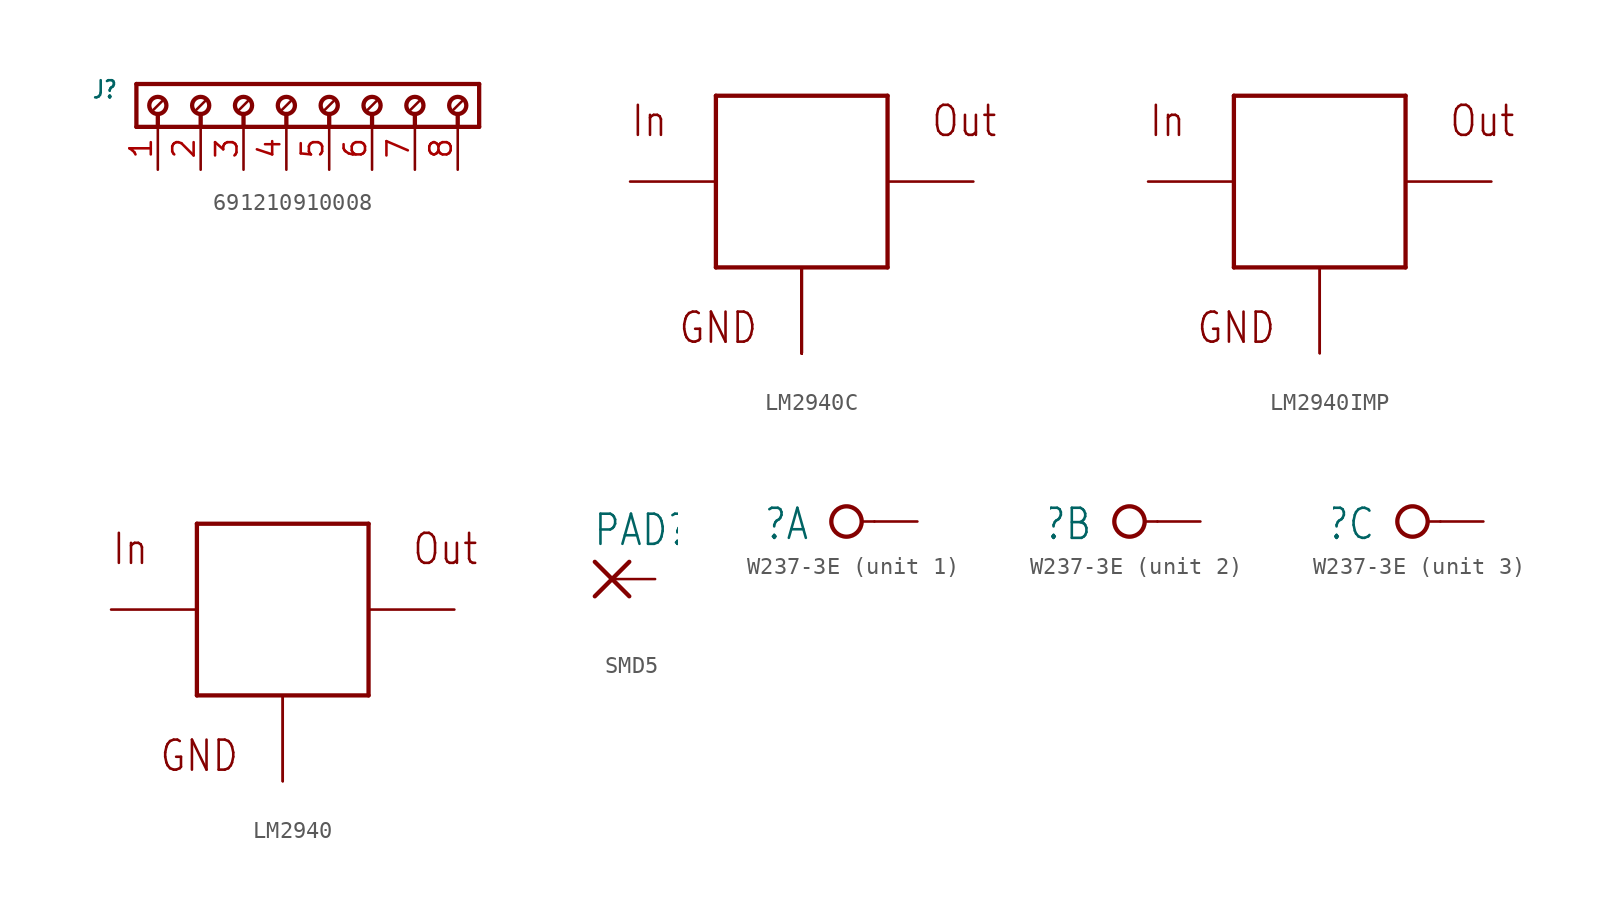
<source format=kicad_sym>
(kicad_symbol_lib
  (version 20231120)
  (generator "kicad_symbol_editor")
  (generator_version "8.0")
  (symbol "691210910008"
    (property "Reference" "J"
      (at -12.5 -0.922 0)
      (effects (font (size 1.016 0.864)) (justify right bottom)))
    (property "Value" ""
      (at -12.45 -2.58 0)
      (effects (font (size 1.016 0.864)) (justify right bottom)))
    (property "ki_locked" ""
      (at 0 0 0)
      (effects (font (size 1.27 1.27))))
    (symbol "691210910008_1_0"
      (circle (center -10.16 -1.27) (radius 0.508) (stroke (width 0.254) (type solid)) (fill (type none)))
      (circle (center -7.62 -1.27) (radius 0.508) (stroke (width 0.254) (type solid)) (fill (type none)))
      (circle (center -5.08 -1.27) (radius 0.508) (stroke (width 0.254) (type solid)) (fill (type none)))
      (circle (center -2.54 -1.27) (radius 0.508) (stroke (width 0.254) (type solid)) (fill (type none)))
      (circle (center 0 -1.27) (radius 0.508) (stroke (width 0.254) (type solid)) (fill (type none)))
      (polyline (pts (xy -11.43 -2.54) (xy -11.43 0)) (stroke (width 0.254) (type solid)) (fill (type none)))
      (polyline (pts (xy -11.43 0) (xy 8.89 0)) (stroke (width 0.254) (type solid)) (fill (type none)))
      (polyline (pts (xy -10.16 -1.778) (xy -10.16 -2.54)) (stroke (width 0.254) (type solid)) (fill (type none)))
      (polyline (pts (xy -9.906 -1.016) (xy -10.414 -1.524)) (stroke (width 0.152) (type solid)) (fill (type none)))
      (polyline (pts (xy -7.62 -1.778) (xy -7.62 -2.54)) (stroke (width 0.254) (type solid)) (fill (type none)))
      (polyline (pts (xy -7.366 -1.016) (xy -7.874 -1.524)) (stroke (width 0.152) (type solid)) (fill (type none)))
      (polyline (pts (xy -5.08 -1.778) (xy -5.08 -2.54)) (stroke (width 0.254) (type solid)) (fill (type none)))
      (polyline (pts (xy -4.826 -1.016) (xy -5.334 -1.524)) (stroke (width 0.152) (type solid)) (fill (type none)))
      (polyline (pts (xy -2.54 -1.778) (xy -2.54 -2.54)) (stroke (width 0.254) (type solid)) (fill (type none)))
      (polyline (pts (xy -2.286 -1.016) (xy -2.794 -1.524)) (stroke (width 0.152) (type solid)) (fill (type none)))
      (polyline (pts (xy 0 -1.778) (xy 0 -2.54)) (stroke (width 0.254) (type solid)) (fill (type none)))
      (polyline (pts (xy 0.254 -1.016) (xy -0.254 -1.524)) (stroke (width 0.152) (type solid)) (fill (type none)))
      (polyline (pts (xy 2.54 -1.778) (xy 2.54 -2.54)) (stroke (width 0.254) (type solid)) (fill (type none)))
      (polyline (pts (xy 2.794 -1.016) (xy 2.286 -1.524)) (stroke (width 0.152) (type solid)) (fill (type none)))
      (polyline (pts (xy 5.08 -1.778) (xy 5.08 -2.54)) (stroke (width 0.254) (type solid)) (fill (type none)))
      (polyline (pts (xy 5.334 -1.016) (xy 4.826 -1.524)) (stroke (width 0.152) (type solid)) (fill (type none)))
      (polyline (pts (xy 7.62 -1.778) (xy 7.62 -2.54)) (stroke (width 0.254) (type solid)) (fill (type none)))
      (polyline (pts (xy 7.874 -1.016) (xy 7.366 -1.524)) (stroke (width 0.152) (type solid)) (fill (type none)))
      (polyline (pts (xy 8.89 -2.54) (xy -11.43 -2.54)) (stroke (width 0.254) (type solid)) (fill (type none)))
      (polyline (pts (xy 8.89 0) (xy 8.89 -2.54)) (stroke (width 0.254) (type solid)) (fill (type none)))
      (circle (center 2.54 -1.27) (radius 0.508) (stroke (width 0.254) (type solid)) (fill (type none)))
      (circle (center 5.08 -1.27) (radius 0.508) (stroke (width 0.254) (type solid)) (fill (type none)))
      (circle (center 7.62 -1.27) (radius 0.508) (stroke (width 0.254) (type solid)) (fill (type none)))
      (pin passive line (at -10.16 -5.08 90) (length 2.54) (name "1" (effects (font (size 0 0)))) (number "1" (effects (font (size 1.27 1.27)))))
      (pin passive line (at -7.62 -5.08 90) (length 2.54) (name "2" (effects (font (size 0 0)))) (number "2" (effects (font (size 1.27 1.27)))))
      (pin passive line (at -5.08 -5.08 90) (length 2.54) (name "3" (effects (font (size 0 0)))) (number "3" (effects (font (size 1.27 1.27)))))
      (pin passive line (at -2.54 -5.08 90) (length 2.54) (name "4" (effects (font (size 0 0)))) (number "4" (effects (font (size 1.27 1.27)))))
      (pin passive line (at 0 -5.08 90) (length 2.54) (name "5" (effects (font (size 0 0)))) (number "5" (effects (font (size 1.27 1.27)))))
      (pin passive line (at 2.54 -5.08 90) (length 2.54) (name "6" (effects (font (size 0 0)))) (number "6" (effects (font (size 1.27 1.27)))))
      (pin passive line (at 5.08 -5.08 90) (length 2.54) (name "7" (effects (font (size 0 0)))) (number "7" (effects (font (size 1.27 1.27)))))
      (pin passive line (at 7.62 -5.08 90) (length 2.54) (name "8" (effects (font (size 0 0)))) (number "8" (effects (font (size 1.27 1.27)))))))
  (symbol "LM2940C"
    (property "Reference" ""
      (at 0 0 0)
      (effects (font (size 1.27 1.27)) (hide yes)))
    (property "ki_locked" ""
      (at 0 0 0)
      (effects (font (size 1.27 1.27))))
    (symbol "LM2940C_1_0"
      (polyline (pts (xy -5.08 -2.54) (xy 5.08 -2.54)) (stroke (width 0.254) (type solid)) (fill (type none)))
      (polyline (pts (xy -5.08 7.62) (xy -5.08 -2.54)) (stroke (width 0.254) (type solid)) (fill (type none)))
      (polyline (pts (xy 5.08 -2.54) (xy 5.08 7.62)) (stroke (width 0.254) (type solid)) (fill (type none)))
      (polyline (pts (xy 5.08 7.62) (xy -5.08 7.62)) (stroke (width 0.254) (type solid)) (fill (type none)))
      (text "GND" (at -2.54 -5.08 0) (effects (font (size 1.778 1.511)) (justify right top)))
      (text "In" (at -10.16 5.08 0) (effects (font (size 1.778 1.511)) (justify left bottom)))
      (text "Out" (at 7.62 5.08 0) (effects (font (size 1.778 1.511)) (justify left bottom)))
      (pin bidirectional line (at -10.16 2.54 0) (length 5.08) (name "IN" (effects (font (size 0 0)))) (number "1" (effects (font (size 0 0)))))
      (pin bidirectional line (at 0 -7.62 90) (length 5.08) (name "GND" (effects (font (size 0 0)))) (number "2" (effects (font (size 0 0)))))
      (pin power_in line (at 10.16 2.54 180) (length 5.08) (name "VCC" (effects (font (size 0 0)))) (number "3" (effects (font (size 0 0)))))
      (pin bidirectional line (at 0 -7.62 90) (length 5.08) (name "GND" (effects (font (size 0 0)))) (number "P$1" (effects (font (size 0 0)))))
      (pin bidirectional line (at 0 -7.62 90) (length 5.08) (name "GND" (effects (font (size 0 0)))) (number "P$10" (effects (font (size 0 0)))))
      (pin bidirectional line (at 0 -7.62 90) (length 5.08) (name "GND" (effects (font (size 0 0)))) (number "P$11" (effects (font (size 0 0)))))
      (pin bidirectional line (at 0 -7.62 90) (length 5.08) (name "GND" (effects (font (size 0 0)))) (number "P$12" (effects (font (size 0 0)))))
      (pin bidirectional line (at 0 -7.62 90) (length 5.08) (name "GND" (effects (font (size 0 0)))) (number "P$13" (effects (font (size 0 0)))))
      (pin bidirectional line (at 0 -7.62 90) (length 5.08) (name "GND" (effects (font (size 0 0)))) (number "P$14" (effects (font (size 0 0)))))
      (pin bidirectional line (at 0 -7.62 90) (length 5.08) (name "GND" (effects (font (size 0 0)))) (number "P$15" (effects (font (size 0 0)))))
      (pin bidirectional line (at 0 -7.62 90) (length 5.08) (name "GND" (effects (font (size 0 0)))) (number "P$16" (effects (font (size 0 0)))))
      (pin bidirectional line (at 0 -7.62 90) (length 5.08) (name "GND" (effects (font (size 0 0)))) (number "P$2" (effects (font (size 0 0)))))
      (pin bidirectional line (at 0 -7.62 90) (length 5.08) (name "GND" (effects (font (size 0 0)))) (number "P$3" (effects (font (size 0 0)))))
      (pin bidirectional line (at 0 -7.62 90) (length 5.08) (name "GND" (effects (font (size 0 0)))) (number "P$4" (effects (font (size 0 0)))))
      (pin bidirectional line (at 0 -7.62 90) (length 5.08) (name "GND" (effects (font (size 0 0)))) (number "P$5" (effects (font (size 0 0)))))
      (pin bidirectional line (at 0 -7.62 90) (length 5.08) (name "GND" (effects (font (size 0 0)))) (number "P$6" (effects (font (size 0 0)))))
      (pin bidirectional line (at 0 -7.62 90) (length 5.08) (name "GND" (effects (font (size 0 0)))) (number "P$7" (effects (font (size 0 0)))))
      (pin bidirectional line (at 0 -7.62 90) (length 5.08) (name "GND" (effects (font (size 0 0)))) (number "P$8" (effects (font (size 0 0)))))
      (pin bidirectional line (at 0 -7.62 90) (length 5.08) (name "GND" (effects (font (size 0 0)))) (number "P$9" (effects (font (size 0 0)))))
      (pin bidirectional line (at 0 -7.62 90) (length 5.08) (name "GND" (effects (font (size 0 0)))) (number "TAB" (effects (font (size 0 0)))))))
  (symbol "LM2940IMP"
    (property "Reference" ""
      (at 0 0 0)
      (effects (font (size 1.27 1.27)) (hide yes)))
    (property "ki_locked" ""
      (at 0 0 0)
      (effects (font (size 1.27 1.27))))
    (symbol "LM2940IMP_1_0"
      (polyline (pts (xy -5.08 -2.54) (xy 5.08 -2.54)) (stroke (width 0.254) (type solid)) (fill (type none)))
      (polyline (pts (xy -5.08 7.62) (xy -5.08 -2.54)) (stroke (width 0.254) (type solid)) (fill (type none)))
      (polyline (pts (xy 5.08 -2.54) (xy 5.08 7.62)) (stroke (width 0.254) (type solid)) (fill (type none)))
      (polyline (pts (xy 5.08 7.62) (xy -5.08 7.62)) (stroke (width 0.254) (type solid)) (fill (type none)))
      (text "GND" (at -2.54 -5.08 0) (effects (font (size 1.778 1.511)) (justify right top)))
      (text "In" (at -10.16 5.08 0) (effects (font (size 1.778 1.511)) (justify left bottom)))
      (text "Out" (at 7.62 5.08 0) (effects (font (size 1.778 1.511)) (justify left bottom)))
      (pin bidirectional line (at -10.16 2.54 0) (length 5.08) (name "IN" (effects (font (size 0 0)))) (number "1" (effects (font (size 0 0)))))
      (pin bidirectional line (at 0 -7.62 90) (length 5.08) (name "GND" (effects (font (size 0 0)))) (number "2" (effects (font (size 0 0)))))
      (pin power_in line (at 10.16 2.54 180) (length 5.08) (name "VCC" (effects (font (size 0 0)))) (number "3" (effects (font (size 0 0)))))
      (pin bidirectional line (at 0 -7.62 90) (length 5.08) (name "GND" (effects (font (size 0 0)))) (number "4" (effects (font (size 0 0)))))))
  (symbol "LM2940"
    (property "Reference" ""
      (at 0 0 0)
      (effects (font (size 1.27 1.27)) (hide yes)))
    (property "ki_locked" ""
      (at 0 0 0)
      (effects (font (size 1.27 1.27))))
    (symbol "LM2940_1_0"
      (polyline (pts (xy -5.08 -2.54) (xy 5.08 -2.54)) (stroke (width 0.254) (type solid)) (fill (type none)))
      (polyline (pts (xy -5.08 7.62) (xy -5.08 -2.54)) (stroke (width 0.254) (type solid)) (fill (type none)))
      (polyline (pts (xy 5.08 -2.54) (xy 5.08 7.62)) (stroke (width 0.254) (type solid)) (fill (type none)))
      (polyline (pts (xy 5.08 7.62) (xy -5.08 7.62)) (stroke (width 0.254) (type solid)) (fill (type none)))
      (text "GND" (at -2.54 -5.08 0) (effects (font (size 1.778 1.511)) (justify right top)))
      (text "In" (at -10.16 5.08 0) (effects (font (size 1.778 1.511)) (justify left bottom)))
      (text "Out" (at 7.62 5.08 0) (effects (font (size 1.778 1.511)) (justify left bottom)))
      (pin bidirectional line (at -10.16 2.54 0) (length 5.08) (name "IN" (effects (font (size 0 0)))) (number "1" (effects (font (size 0 0)))))
      (pin bidirectional line (at 0 -7.62 90) (length 5.08) (name "GND" (effects (font (size 0 0)))) (number "2" (effects (font (size 0 0)))))
      (pin power_in line (at 10.16 2.54 180) (length 5.08) (name "VCC" (effects (font (size 0 0)))) (number "3" (effects (font (size 0 0)))))
      (pin bidirectional line (at 0 -7.62 90) (length 5.08) (name "GND" (effects (font (size 0 0)))) (number "TAB" (effects (font (size 0 0)))))))
  (symbol "SMD5"
    (property "Reference" "PAD"
      (at -1.143 1.854 0)
      (effects (font (size 1.778 1.511)) (justify left bottom)))
    (property "Value" ""
      (at -1.143 -3.302 0)
      (effects (font (size 1.778 1.511)) (justify left bottom)))
    (property "ki_locked" ""
      (at 0 0 0)
      (effects (font (size 1.27 1.27))))
    (symbol "SMD5_1_0"
      (polyline (pts (xy -1.016 -1.016) (xy 1.016 1.016)) (stroke (width 0.254) (type solid)) (fill (type none)))
      (polyline (pts (xy -1.016 1.016) (xy 1.016 -1.016)) (stroke (width 0.254) (type solid)) (fill (type none)))
      (pin passive line (at 2.54 0 180) (length 2.54) (name "P" (effects (font (size 0 0)))) (number "1" (effects (font (size 0 0)))))))
  (symbol "W237-3E"
    (property "Reference" "X"
      (at -1.27 0.889 0)
      (effects (font (size 1.778 1.511)) (justify right top)))
    (property "ki_locked" ""
      (at 0 0 0)
      (effects (font (size 1.27 1.27))))
    (symbol "W237-3E_1_0"
      (polyline (pts (xy 1.778 0) (xy 2.54 0)) (stroke (width 0.152) (type solid)) (fill (type none)))
      (circle (center 0.889 0) (radius 0.898) (stroke (width 0.254) (type solid)) (fill (type none)))
      (pin passive line (at 5.08 0 180) (length 2.54) (name "KL" (effects (font (size 0 0)))) (number "1" (effects (font (size 0 0))))))
    (symbol "W237-3E_2_0"
      (polyline (pts (xy 1.778 0) (xy 2.54 0)) (stroke (width 0.152) (type solid)) (fill (type none)))
      (circle (center 0.889 0) (radius 0.898) (stroke (width 0.254) (type solid)) (fill (type none)))
      (pin passive line (at 5.08 0 180) (length 2.54) (name "KL" (effects (font (size 0 0)))) (number "2" (effects (font (size 0 0))))))
    (symbol "W237-3E_3_0"
      (polyline (pts (xy 1.778 0) (xy 2.54 0)) (stroke (width 0.152) (type solid)) (fill (type none)))
      (circle (center 0.889 0) (radius 0.898) (stroke (width 0.254) (type solid)) (fill (type none)))
      (pin passive line (at 5.08 0 180) (length 2.54) (name "KL" (effects (font (size 0 0)))) (number "3" (effects (font (size 0 0))))))))
</source>
